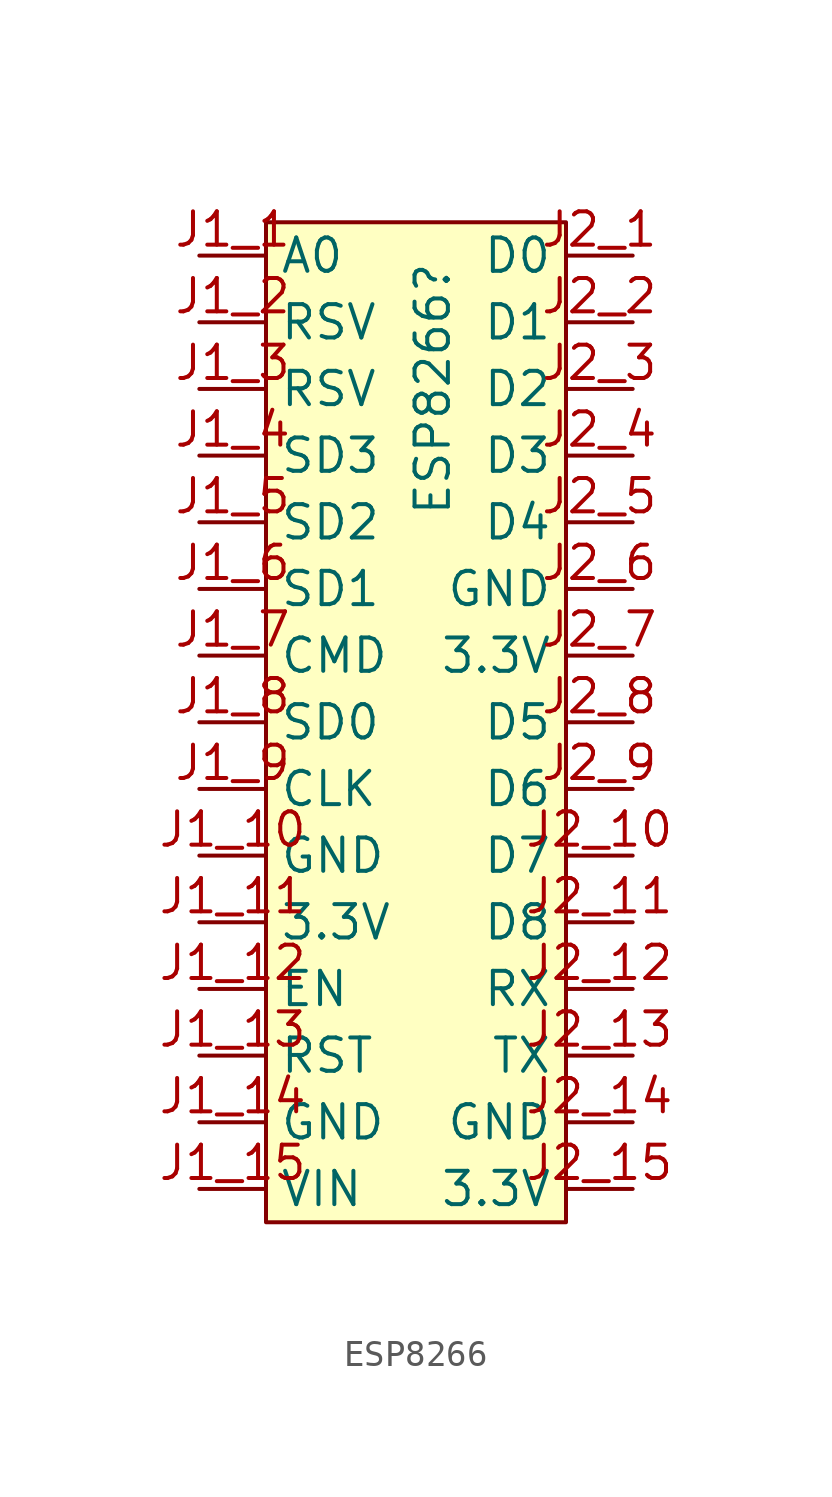
<source format=kicad_sym>
(kicad_symbol_lib
  (version 20220914)
  (generator kicad_symbol_editor)
  (symbol "ESP8266"
    (property "Reference" "ESP8266"
      (at 6.35 31.75 90)
      (effects (font (size 1.27 1.27))))
    (property "Value" ""
      (at 0 0 0)
      (effects (font (size 1.27 1.27))))
    (symbol "ESP8266_1_1"
      (rectangle (start 0 38.1) (end 11.43 0) (stroke (width 0) (type default)) (fill (type background)))
      (pin input line (at -2.54 36.83 0) (length 2.54) (name "A0" (effects (font (size 1.27 1.27)))) (number "J1_1" (effects (font (size 1.27 1.27)))))
      (pin input line (at -2.54 13.97 0) (length 2.54) (name "GND" (effects (font (size 1.27 1.27)))) (number "J1_10" (effects (font (size 1.27 1.27)))))
      (pin input line (at -2.54 11.43 0) (length 2.54) (name "3.3V" (effects (font (size 1.27 1.27)))) (number "J1_11" (effects (font (size 1.27 1.27)))))
      (pin input line (at -2.54 8.89 0) (length 2.54) (name "EN" (effects (font (size 1.27 1.27)))) (number "J1_12" (effects (font (size 1.27 1.27)))))
      (pin input line (at -2.54 6.35 0) (length 2.54) (name "RST" (effects (font (size 1.27 1.27)))) (number "J1_13" (effects (font (size 1.27 1.27)))))
      (pin input line (at -2.54 3.81 0) (length 2.54) (name "GND" (effects (font (size 1.27 1.27)))) (number "J1_14" (effects (font (size 1.27 1.27)))))
      (pin input line (at -2.54 1.27 0) (length 2.54) (name "VIN" (effects (font (size 1.27 1.27)))) (number "J1_15" (effects (font (size 1.27 1.27)))))
      (pin input line (at -2.54 34.29 0) (length 2.54) (name "RSV" (effects (font (size 1.27 1.27)))) (number "J1_2" (effects (font (size 1.27 1.27)))))
      (pin input line (at -2.54 31.75 0) (length 2.54) (name "RSV" (effects (font (size 1.27 1.27)))) (number "J1_3" (effects (font (size 1.27 1.27)))))
      (pin input line (at -2.54 29.21 0) (length 2.54) (name "SD3" (effects (font (size 1.27 1.27)))) (number "J1_4" (effects (font (size 1.27 1.27)))))
      (pin input line (at -2.54 26.67 0) (length 2.54) (name "SD2" (effects (font (size 1.27 1.27)))) (number "J1_5" (effects (font (size 1.27 1.27)))))
      (pin input line (at -2.54 24.13 0) (length 2.54) (name "SD1" (effects (font (size 1.27 1.27)))) (number "J1_6" (effects (font (size 1.27 1.27)))))
      (pin input line (at -2.54 21.59 0) (length 2.54) (name "CMD" (effects (font (size 1.27 1.27)))) (number "J1_7" (effects (font (size 1.27 1.27)))))
      (pin input line (at -2.54 19.05 0) (length 2.54) (name "SD0" (effects (font (size 1.27 1.27)))) (number "J1_8" (effects (font (size 1.27 1.27)))))
      (pin input line (at -2.54 16.51 0) (length 2.54) (name "CLK" (effects (font (size 1.27 1.27)))) (number "J1_9" (effects (font (size 1.27 1.27)))))
      (pin input line (at 13.97 36.83 180) (length 2.54) (name "D0" (effects (font (size 1.27 1.27)))) (number "J2_1" (effects (font (size 1.27 1.27)))))
      (pin input line (at 13.97 13.97 180) (length 2.54) (name "D7" (effects (font (size 1.27 1.27)))) (number "J2_10" (effects (font (size 1.27 1.27)))))
      (pin input line (at 13.97 11.43 180) (length 2.54) (name "D8" (effects (font (size 1.27 1.27)))) (number "J2_11" (effects (font (size 1.27 1.27)))))
      (pin input line (at 13.97 8.89 180) (length 2.54) (name "RX" (effects (font (size 1.27 1.27)))) (number "J2_12" (effects (font (size 1.27 1.27)))))
      (pin input line (at 13.97 6.35 180) (length 2.54) (name "TX" (effects (font (size 1.27 1.27)))) (number "J2_13" (effects (font (size 1.27 1.27)))))
      (pin input line (at 13.97 3.81 180) (length 2.54) (name "GND" (effects (font (size 1.27 1.27)))) (number "J2_14" (effects (font (size 1.27 1.27)))))
      (pin input line (at 13.97 1.27 180) (length 2.54) (name "3.3V" (effects (font (size 1.27 1.27)))) (number "J2_15" (effects (font (size 1.27 1.27)))))
      (pin input line (at 13.97 34.29 180) (length 2.54) (name "D1" (effects (font (size 1.27 1.27)))) (number "J2_2" (effects (font (size 1.27 1.27)))))
      (pin input line (at 13.97 31.75 180) (length 2.54) (name "D2" (effects (font (size 1.27 1.27)))) (number "J2_3" (effects (font (size 1.27 1.27)))))
      (pin input line (at 13.97 29.21 180) (length 2.54) (name "D3" (effects (font (size 1.27 1.27)))) (number "J2_4" (effects (font (size 1.27 1.27)))))
      (pin input line (at 13.97 26.67 180) (length 2.54) (name "D4" (effects (font (size 1.27 1.27)))) (number "J2_5" (effects (font (size 1.27 1.27)))))
      (pin input line (at 13.97 24.13 180) (length 2.54) (name "GND" (effects (font (size 1.27 1.27)))) (number "J2_6" (effects (font (size 1.27 1.27)))))
      (pin input line (at 13.97 21.59 180) (length 2.54) (name "3.3V" (effects (font (size 1.27 1.27)))) (number "J2_7" (effects (font (size 1.27 1.27)))))
      (pin input line (at 13.97 19.05 180) (length 2.54) (name "D5" (effects (font (size 1.27 1.27)))) (number "J2_8" (effects (font (size 1.27 1.27)))))
      (pin input line (at 13.97 16.51 180) (length 2.54) (name "D6" (effects (font (size 1.27 1.27)))) (number "J2_9" (effects (font (size 1.27 1.27))))))))
</source>
